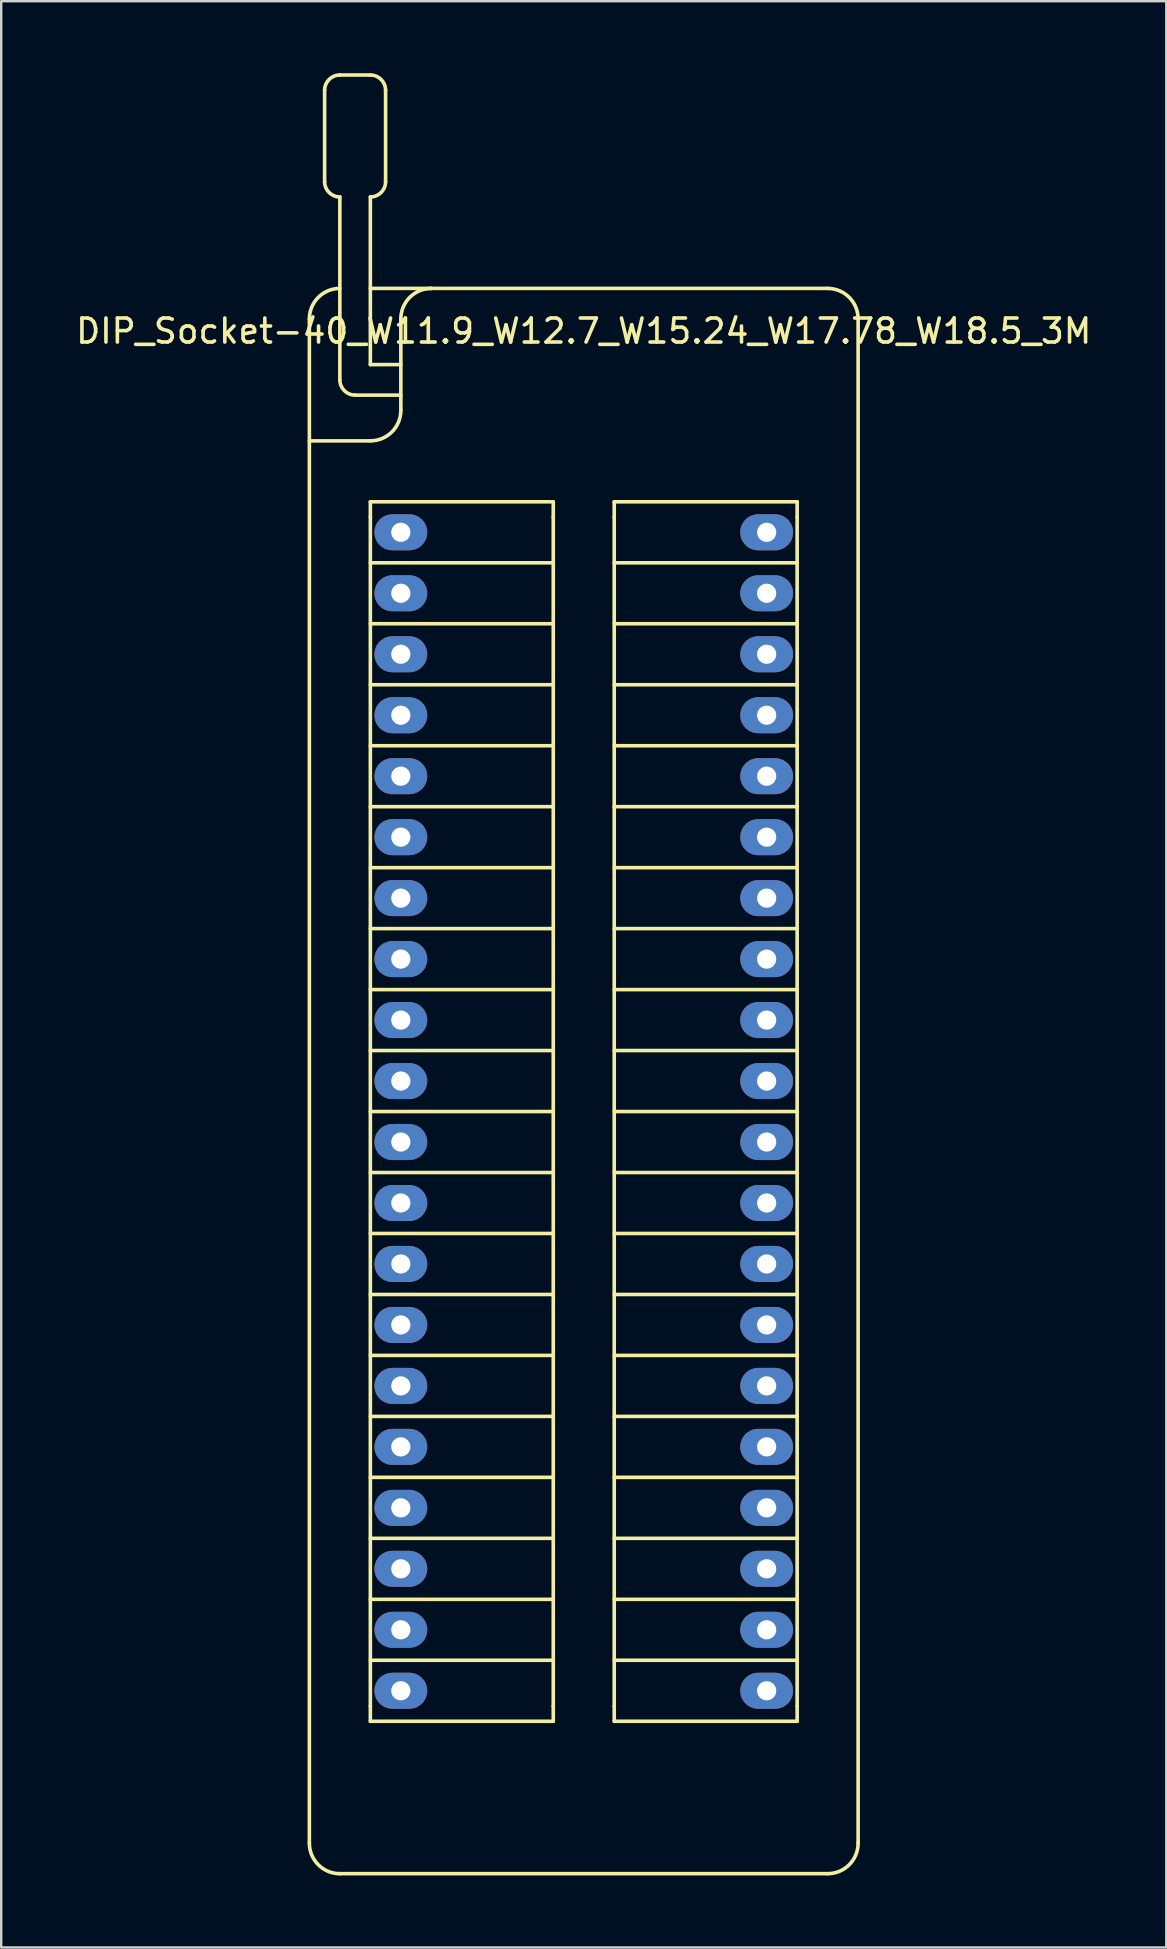
<source format=kicad_pcb>
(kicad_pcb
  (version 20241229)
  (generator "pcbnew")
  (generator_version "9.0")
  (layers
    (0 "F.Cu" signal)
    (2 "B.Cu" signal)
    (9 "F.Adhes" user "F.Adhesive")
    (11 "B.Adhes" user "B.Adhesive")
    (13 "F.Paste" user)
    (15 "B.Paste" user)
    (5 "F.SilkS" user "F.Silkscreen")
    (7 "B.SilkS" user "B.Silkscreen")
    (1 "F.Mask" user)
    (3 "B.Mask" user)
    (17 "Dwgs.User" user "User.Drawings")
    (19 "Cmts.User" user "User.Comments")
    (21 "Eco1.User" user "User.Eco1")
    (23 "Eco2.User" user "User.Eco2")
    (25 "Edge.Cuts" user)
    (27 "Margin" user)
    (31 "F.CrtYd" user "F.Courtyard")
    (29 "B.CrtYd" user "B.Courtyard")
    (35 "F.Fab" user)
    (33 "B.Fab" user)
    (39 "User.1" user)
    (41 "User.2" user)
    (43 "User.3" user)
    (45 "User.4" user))
  (footprint "DIP_Socket-40_W11.9_W12.7_W15.24_W17.78_W18.5_3M"
    (layer "F.Cu")
    (at 21.268 41.985)
    (property "Reference" "DIP_Socket-40_W11.9_W12.7_W15.24_W17.78_W18.5_3M" (at 0 -31.242 0) (layer "F.SilkS") (effects (font (size 1 1) (thickness 0.15))))
    (attr through_hole)
    (fp_line (start -11.43 -31.75) (end -11.43 31.75) (stroke (width 0.15) (type solid)) (layer "F.SilkS"))
    (fp_line (start -10.795 -41.275) (end -10.795 -37.465) (stroke (width 0.15) (type solid)) (layer "F.SilkS"))
    (fp_line (start -10.16 -29.21) (end -10.16 -36.83) (stroke (width 0.15) (type solid)) (layer "F.SilkS"))
    (fp_line (start -10.16 33.02) (end 10.16 33.02) (stroke (width 0.15) (type solid)) (layer "F.SilkS"))
    (fp_line (start -9.525 -28.575) (end -7.62 -28.575) (stroke (width 0.15) (type solid)) (layer "F.SilkS"))
    (fp_line (start -8.89 -41.91) (end -10.16 -41.91) (stroke (width 0.15) (type solid)) (layer "F.SilkS"))
    (fp_line (start -8.89 -36.83) (end -8.89 -29.845) (stroke (width 0.15) (type solid)) (layer "F.SilkS"))
    (fp_line (start -8.89 -33.02) (end -6.35 -33.02) (stroke (width 0.15) (type solid)) (layer "F.SilkS"))
    (fp_line (start -8.89 -29.845) (end -7.62 -29.845) (stroke (width 0.15) (type solid)) (layer "F.SilkS"))
    (fp_line (start -8.89 -26.67) (end -11.43 -26.67) (stroke (width 0.15) (type solid)) (layer "F.SilkS"))
    (fp_line (start -8.89 -24.13) (end -8.89 -23.495) (stroke (width 0.15) (type solid)) (layer "F.SilkS"))
    (fp_line (start -8.89 -24.13) (end -1.27 -24.13) (stroke (width 0.15) (type solid)) (layer "F.SilkS"))
    (fp_line (start -8.89 -23.495) (end -8.89 26.035) (stroke (width 0.15) (type solid)) (layer "F.SilkS"))
    (fp_line (start -8.89 -21.59) (end -1.27 -21.59) (stroke (width 0.15) (type solid)) (layer "F.SilkS"))
    (fp_line (start -8.89 -19.05) (end -1.27 -19.05) (stroke (width 0.15) (type solid)) (layer "F.SilkS"))
    (fp_line (start -8.89 -16.51) (end -1.27 -16.51) (stroke (width 0.15) (type solid)) (layer "F.SilkS"))
    (fp_line (start -8.89 -13.97) (end -1.27 -13.97) (stroke (width 0.15) (type solid)) (layer "F.SilkS"))
    (fp_line (start -8.89 -11.43) (end -1.27 -11.43) (stroke (width 0.15) (type solid)) (layer "F.SilkS"))
    (fp_line (start -8.89 -8.89) (end -1.27 -8.89) (stroke (width 0.15) (type solid)) (layer "F.SilkS"))
    (fp_line (start -8.89 -6.35) (end -1.27 -6.35) (stroke (width 0.15) (type solid)) (layer "F.SilkS"))
    (fp_line (start -8.89 -3.81) (end -1.27 -3.81) (stroke (width 0.15) (type solid)) (layer "F.SilkS"))
    (fp_line (start -8.89 -1.27) (end -1.27 -1.27) (stroke (width 0.15) (type solid)) (layer "F.SilkS"))
    (fp_line (start -8.89 1.27) (end -1.27 1.27) (stroke (width 0.15) (type solid)) (layer "F.SilkS"))
    (fp_line (start -8.89 3.81) (end -1.27 3.81) (stroke (width 0.15) (type solid)) (layer "F.SilkS"))
    (fp_line (start -8.89 6.35) (end -1.27 6.35) (stroke (width 0.15) (type solid)) (layer "F.SilkS"))
    (fp_line (start -8.89 8.89) (end -1.27 8.89) (stroke (width 0.15) (type solid)) (layer "F.SilkS"))
    (fp_line (start -8.89 11.43) (end -1.27 11.43) (stroke (width 0.15) (type solid)) (layer "F.SilkS"))
    (fp_line (start -8.89 13.97) (end -1.27 13.97) (stroke (width 0.15) (type solid)) (layer "F.SilkS"))
    (fp_line (start -8.89 16.51) (end -1.27 16.51) (stroke (width 0.15) (type solid)) (layer "F.SilkS"))
    (fp_line (start -8.89 19.05) (end -1.27 19.05) (stroke (width 0.15) (type solid)) (layer "F.SilkS"))
    (fp_line (start -8.89 21.59) (end -1.27 21.59) (stroke (width 0.15) (type solid)) (layer "F.SilkS"))
    (fp_line (start -8.89 24.13) (end -1.27 24.13) (stroke (width 0.15) (type solid)) (layer "F.SilkS"))
    (fp_line (start -8.89 26.035) (end -8.89 26.67) (stroke (width 0.15) (type solid)) (layer "F.SilkS"))
    (fp_line (start -8.89 26.67) (end -1.27 26.67) (stroke (width 0.15) (type solid)) (layer "F.SilkS"))
    (fp_line (start -8.255 -41.275) (end -8.255 -37.465) (stroke (width 0.15) (type solid)) (layer "F.SilkS"))
    (fp_line (start -7.62 -27.94) (end -7.62 -31.75) (stroke (width 0.15) (type solid)) (layer "F.SilkS"))
    (fp_line (start -1.27 -24.13) (end -1.27 -23.495) (stroke (width 0.15) (type solid)) (layer "F.SilkS"))
    (fp_line (start -1.27 26.035) (end -1.27 -23.495) (stroke (width 0.15) (type solid)) (layer "F.SilkS"))
    (fp_line (start -1.27 26.67) (end -1.27 26.035) (stroke (width 0.15) (type solid)) (layer "F.SilkS"))
    (fp_line (start 1.27 -24.13) (end 1.27 -23.495) (stroke (width 0.15) (type solid)) (layer "F.SilkS"))
    (fp_line (start 1.27 -23.495) (end 1.27 26.035) (stroke (width 0.15) (type solid)) (layer "F.SilkS"))
    (fp_line (start 1.27 -21.59) (end 8.89 -21.59) (stroke (width 0.15) (type solid)) (layer "F.SilkS"))
    (fp_line (start 1.27 -19.05) (end 8.89 -19.05) (stroke (width 0.15) (type solid)) (layer "F.SilkS"))
    (fp_line (start 1.27 -16.51) (end 8.89 -16.51) (stroke (width 0.15) (type solid)) (layer "F.SilkS"))
    (fp_line (start 1.27 -13.97) (end 8.89 -13.97) (stroke (width 0.15) (type solid)) (layer "F.SilkS"))
    (fp_line (start 1.27 -11.43) (end 8.89 -11.43) (stroke (width 0.15) (type solid)) (layer "F.SilkS"))
    (fp_line (start 1.27 -8.89) (end 8.89 -8.89) (stroke (width 0.15) (type solid)) (layer "F.SilkS"))
    (fp_line (start 1.27 -6.35) (end 8.89 -6.35) (stroke (width 0.15) (type solid)) (layer "F.SilkS"))
    (fp_line (start 1.27 -3.81) (end 8.89 -3.81) (stroke (width 0.15) (type solid)) (layer "F.SilkS"))
    (fp_line (start 1.27 -1.27) (end 8.89 -1.27) (stroke (width 0.15) (type solid)) (layer "F.SilkS"))
    (fp_line (start 1.27 1.27) (end 8.89 1.27) (stroke (width 0.15) (type solid)) (layer "F.SilkS"))
    (fp_line (start 1.27 3.81) (end 8.89 3.81) (stroke (width 0.15) (type solid)) (layer "F.SilkS"))
    (fp_line (start 1.27 6.35) (end 8.89 6.35) (stroke (width 0.15) (type solid)) (layer "F.SilkS"))
    (fp_line (start 1.27 8.89) (end 8.89 8.89) (stroke (width 0.15) (type solid)) (layer "F.SilkS"))
    (fp_line (start 1.27 11.43) (end 8.89 11.43) (stroke (width 0.15) (type solid)) (layer "F.SilkS"))
    (fp_line (start 1.27 13.97) (end 8.89 13.97) (stroke (width 0.15) (type solid)) (layer "F.SilkS"))
    (fp_line (start 1.27 16.51) (end 8.89 16.51) (stroke (width 0.15) (type solid)) (layer "F.SilkS"))
    (fp_line (start 1.27 19.05) (end 8.89 19.05) (stroke (width 0.15) (type solid)) (layer "F.SilkS"))
    (fp_line (start 1.27 21.59) (end 8.89 21.59) (stroke (width 0.15) (type solid)) (layer "F.SilkS"))
    (fp_line (start 1.27 24.13) (end 8.89 24.13) (stroke (width 0.15) (type solid)) (layer "F.SilkS"))
    (fp_line (start 1.27 26.035) (end 1.27 26.67) (stroke (width 0.15) (type solid)) (layer "F.SilkS"))
    (fp_line (start 1.27 26.67) (end 8.89 26.67) (stroke (width 0.15) (type solid)) (layer "F.SilkS"))
    (fp_line (start 8.89 -24.13) (end 1.27 -24.13) (stroke (width 0.15) (type solid)) (layer "F.SilkS"))
    (fp_line (start 8.89 -24.13) (end 8.89 -23.495) (stroke (width 0.15) (type solid)) (layer "F.SilkS"))
    (fp_line (start 8.89 26.035) (end 8.89 -23.495) (stroke (width 0.15) (type solid)) (layer "F.SilkS"))
    (fp_line (start 8.89 26.67) (end 8.89 26.035) (stroke (width 0.15) (type solid)) (layer "F.SilkS"))
    (fp_line (start 10.16 -33.02) (end -6.35 -33.02) (stroke (width 0.15) (type solid)) (layer "F.SilkS"))
    (fp_line (start 11.43 31.75) (end 11.43 -31.75) (stroke (width 0.15) (type solid)) (layer "F.SilkS"))
    (fp_arc (start -11.43 -31.75) (mid -11.058026 -32.648026) (end -10.16 -33.02) (stroke (width 0.15) (type solid)) (layer "F.SilkS"))
    (fp_arc (start -10.795 -41.275) (mid -10.609013 -41.724013) (end -10.16 -41.91) (stroke (width 0.15) (type solid)) (layer "F.SilkS"))
    (fp_arc (start -10.16 -36.83) (mid -10.609013 -37.015987) (end -10.795 -37.465) (stroke (width 0.15) (type solid)) (layer "F.SilkS"))
    (fp_arc (start -10.16 33.02) (mid -11.058026 32.648026) (end -11.43 31.75) (stroke (width 0.15) (type solid)) (layer "F.SilkS"))
    (fp_arc (start -9.525 -28.575) (mid -9.974013 -28.760987) (end -10.16 -29.21) (stroke (width 0.15) (type solid)) (layer "F.SilkS"))
    (fp_arc (start -8.89 -41.91) (mid -8.440987 -41.724013) (end -8.255 -41.275) (stroke (width 0.15) (type solid)) (layer "F.SilkS"))
    (fp_arc (start -8.255 -37.465) (mid -8.440987 -37.015987) (end -8.89 -36.83) (stroke (width 0.15) (type solid)) (layer "F.SilkS"))
    (fp_arc (start -7.62 -31.75) (mid -7.248026 -32.648026) (end -6.35 -33.02) (stroke (width 0.15) (type solid)) (layer "F.SilkS"))
    (fp_arc (start -7.62 -27.94) (mid -7.991974 -27.041974) (end -8.89 -26.67) (stroke (width 0.15) (type solid)) (layer "F.SilkS"))
    (fp_arc (start 10.16 -33.02) (mid 11.058026 -32.648026) (end 11.43 -31.75) (stroke (width 0.15) (type solid)) (layer "F.SilkS"))
    (fp_arc (start 11.43 31.75) (mid 11.058026 32.648026) (end 10.16 33.02) (stroke (width 0.15) (type solid)) (layer "F.SilkS"))
    (pad "1" thru_hole oval (at -7.62 -22.86) (size 2.2 1.501) (drill 0.8) (layers "*.Cu" "*.Mask"))
    (pad "2" thru_hole oval (at -7.62 -20.32) (size 2.2 1.501) (drill 0.8) (layers "*.Cu" "*.Mask"))
    (pad "3" thru_hole oval (at -7.62 -17.78) (size 2.2 1.501) (drill 0.8) (layers "*.Cu" "*.Mask"))
    (pad "4" thru_hole oval (at -7.62 -15.24) (size 2.2 1.501) (drill 0.8) (layers "*.Cu" "*.Mask"))
    (pad "5" thru_hole oval (at -7.62 -12.7) (size 2.2 1.501) (drill 0.8) (layers "*.Cu" "*.Mask"))
    (pad "6" thru_hole oval (at -7.62 -10.16) (size 2.2 1.501) (drill 0.8) (layers "*.Cu" "*.Mask"))
    (pad "7" thru_hole oval (at -7.62 -7.62) (size 2.2 1.501) (drill 0.8) (layers "*.Cu" "*.Mask"))
    (pad "8" thru_hole oval (at -7.62 -5.08) (size 2.2 1.501) (drill 0.8) (layers "*.Cu" "*.Mask"))
    (pad "9" thru_hole oval (at -7.62 -2.54) (size 2.2 1.501) (drill 0.8) (layers "*.Cu" "*.Mask"))
    (pad "10" thru_hole oval (at -7.62 0) (size 2.2 1.501) (drill 0.8) (layers "*.Cu" "*.Mask"))
    (pad "11" thru_hole oval (at -7.62 2.54) (size 2.2 1.501) (drill 0.8) (layers "*.Cu" "*.Mask"))
    (pad "12" thru_hole oval (at -7.62 5.08) (size 2.2 1.501) (drill 0.8) (layers "*.Cu" "*.Mask"))
    (pad "13" thru_hole oval (at -7.62 7.62) (size 2.2 1.501) (drill 0.8) (layers "*.Cu" "*.Mask"))
    (pad "14" thru_hole oval (at -7.62 10.16) (size 2.2 1.501) (drill 0.8) (layers "*.Cu" "*.Mask"))
    (pad "15" thru_hole oval (at -7.62 12.7) (size 2.2 1.501) (drill 0.8) (layers "*.Cu" "*.Mask"))
    (pad "16" thru_hole oval (at -7.62 15.24) (size 2.2 1.501) (drill 0.8) (layers "*.Cu" "*.Mask"))
    (pad "17" thru_hole oval (at -7.62 17.78) (size 2.2 1.501) (drill 0.8) (layers "*.Cu" "*.Mask"))
    (pad "18" thru_hole oval (at -7.62 20.32) (size 2.2 1.501) (drill 0.8) (layers "*.Cu" "*.Mask"))
    (pad "19" thru_hole oval (at -7.62 22.86) (size 2.2 1.501) (drill 0.8) (layers "*.Cu" "*.Mask"))
    (pad "20" thru_hole oval (at -7.62 25.4) (size 2.2 1.501) (drill 0.8) (layers "*.Cu" "*.Mask"))
    (pad "21" thru_hole oval (at 7.62 25.4) (size 2.2 1.501) (drill 0.8) (layers "*.Cu" "*.Mask"))
    (pad "22" thru_hole oval (at 7.62 22.86) (size 2.2 1.501) (drill 0.8) (layers "*.Cu" "*.Mask"))
    (pad "23" thru_hole oval (at 7.62 20.32) (size 2.2 1.501) (drill 0.8) (layers "*.Cu" "*.Mask"))
    (pad "24" thru_hole oval (at 7.62 17.78) (size 2.2 1.501) (drill 0.8) (layers "*.Cu" "*.Mask"))
    (pad "25" thru_hole oval (at 7.62 15.24) (size 2.2 1.501) (drill 0.8) (layers "*.Cu" "*.Mask"))
    (pad "26" thru_hole oval (at 7.62 12.7) (size 2.2 1.501) (drill 0.8) (layers "*.Cu" "*.Mask"))
    (pad "27" thru_hole oval (at 7.62 10.16) (size 2.2 1.501) (drill 0.8) (layers "*.Cu" "*.Mask"))
    (pad "28" thru_hole oval (at 7.62 7.62) (size 2.2 1.501) (drill 0.8) (layers "*.Cu" "*.Mask"))
    (pad "29" thru_hole oval (at 7.62 5.08) (size 2.2 1.501) (drill 0.8) (layers "*.Cu" "*.Mask"))
    (pad "30" thru_hole oval (at 7.62 2.54) (size 2.2 1.501) (drill 0.8) (layers "*.Cu" "*.Mask"))
    (pad "31" thru_hole oval (at 7.62 0) (size 2.2 1.501) (drill 0.8) (layers "*.Cu" "*.Mask"))
    (pad "32" thru_hole oval (at 7.62 -2.54) (size 2.2 1.501) (drill 0.8) (layers "*.Cu" "*.Mask"))
    (pad "33" thru_hole oval (at 7.62 -5.08) (size 2.2 1.501) (drill 0.8) (layers "*.Cu" "*.Mask"))
    (pad "34" thru_hole oval (at 7.62 -7.62) (size 2.2 1.501) (drill 0.8) (layers "*.Cu" "*.Mask"))
    (pad "35" thru_hole oval (at 7.62 -10.16) (size 2.2 1.501) (drill 0.8) (layers "*.Cu" "*.Mask"))
    (pad "36" thru_hole oval (at 7.62 -12.7) (size 2.2 1.501) (drill 0.8) (layers "*.Cu" "*.Mask"))
    (pad "37" thru_hole oval (at 7.62 -15.24) (size 2.2 1.501) (drill 0.8) (layers "*.Cu" "*.Mask"))
    (pad "38" thru_hole oval (at 7.62 -17.78) (size 2.2 1.501) (drill 0.8) (layers "*.Cu" "*.Mask"))
    (pad "39" thru_hole oval (at 7.62 -20.32) (size 2.2 1.501) (drill 0.8) (layers "*.Cu" "*.Mask"))
    (pad "40" thru_hole oval (at 7.62 -22.86) (size 2.2 1.501) (drill 0.8) (layers "*.Cu" "*.Mask")))
  (gr_rect
    (start -3 -3)
    (end 45.536 78.08)
    (stroke (width 0.1) (type default))
    (fill no)
    (layer "Edge.Cuts")))
</source>
